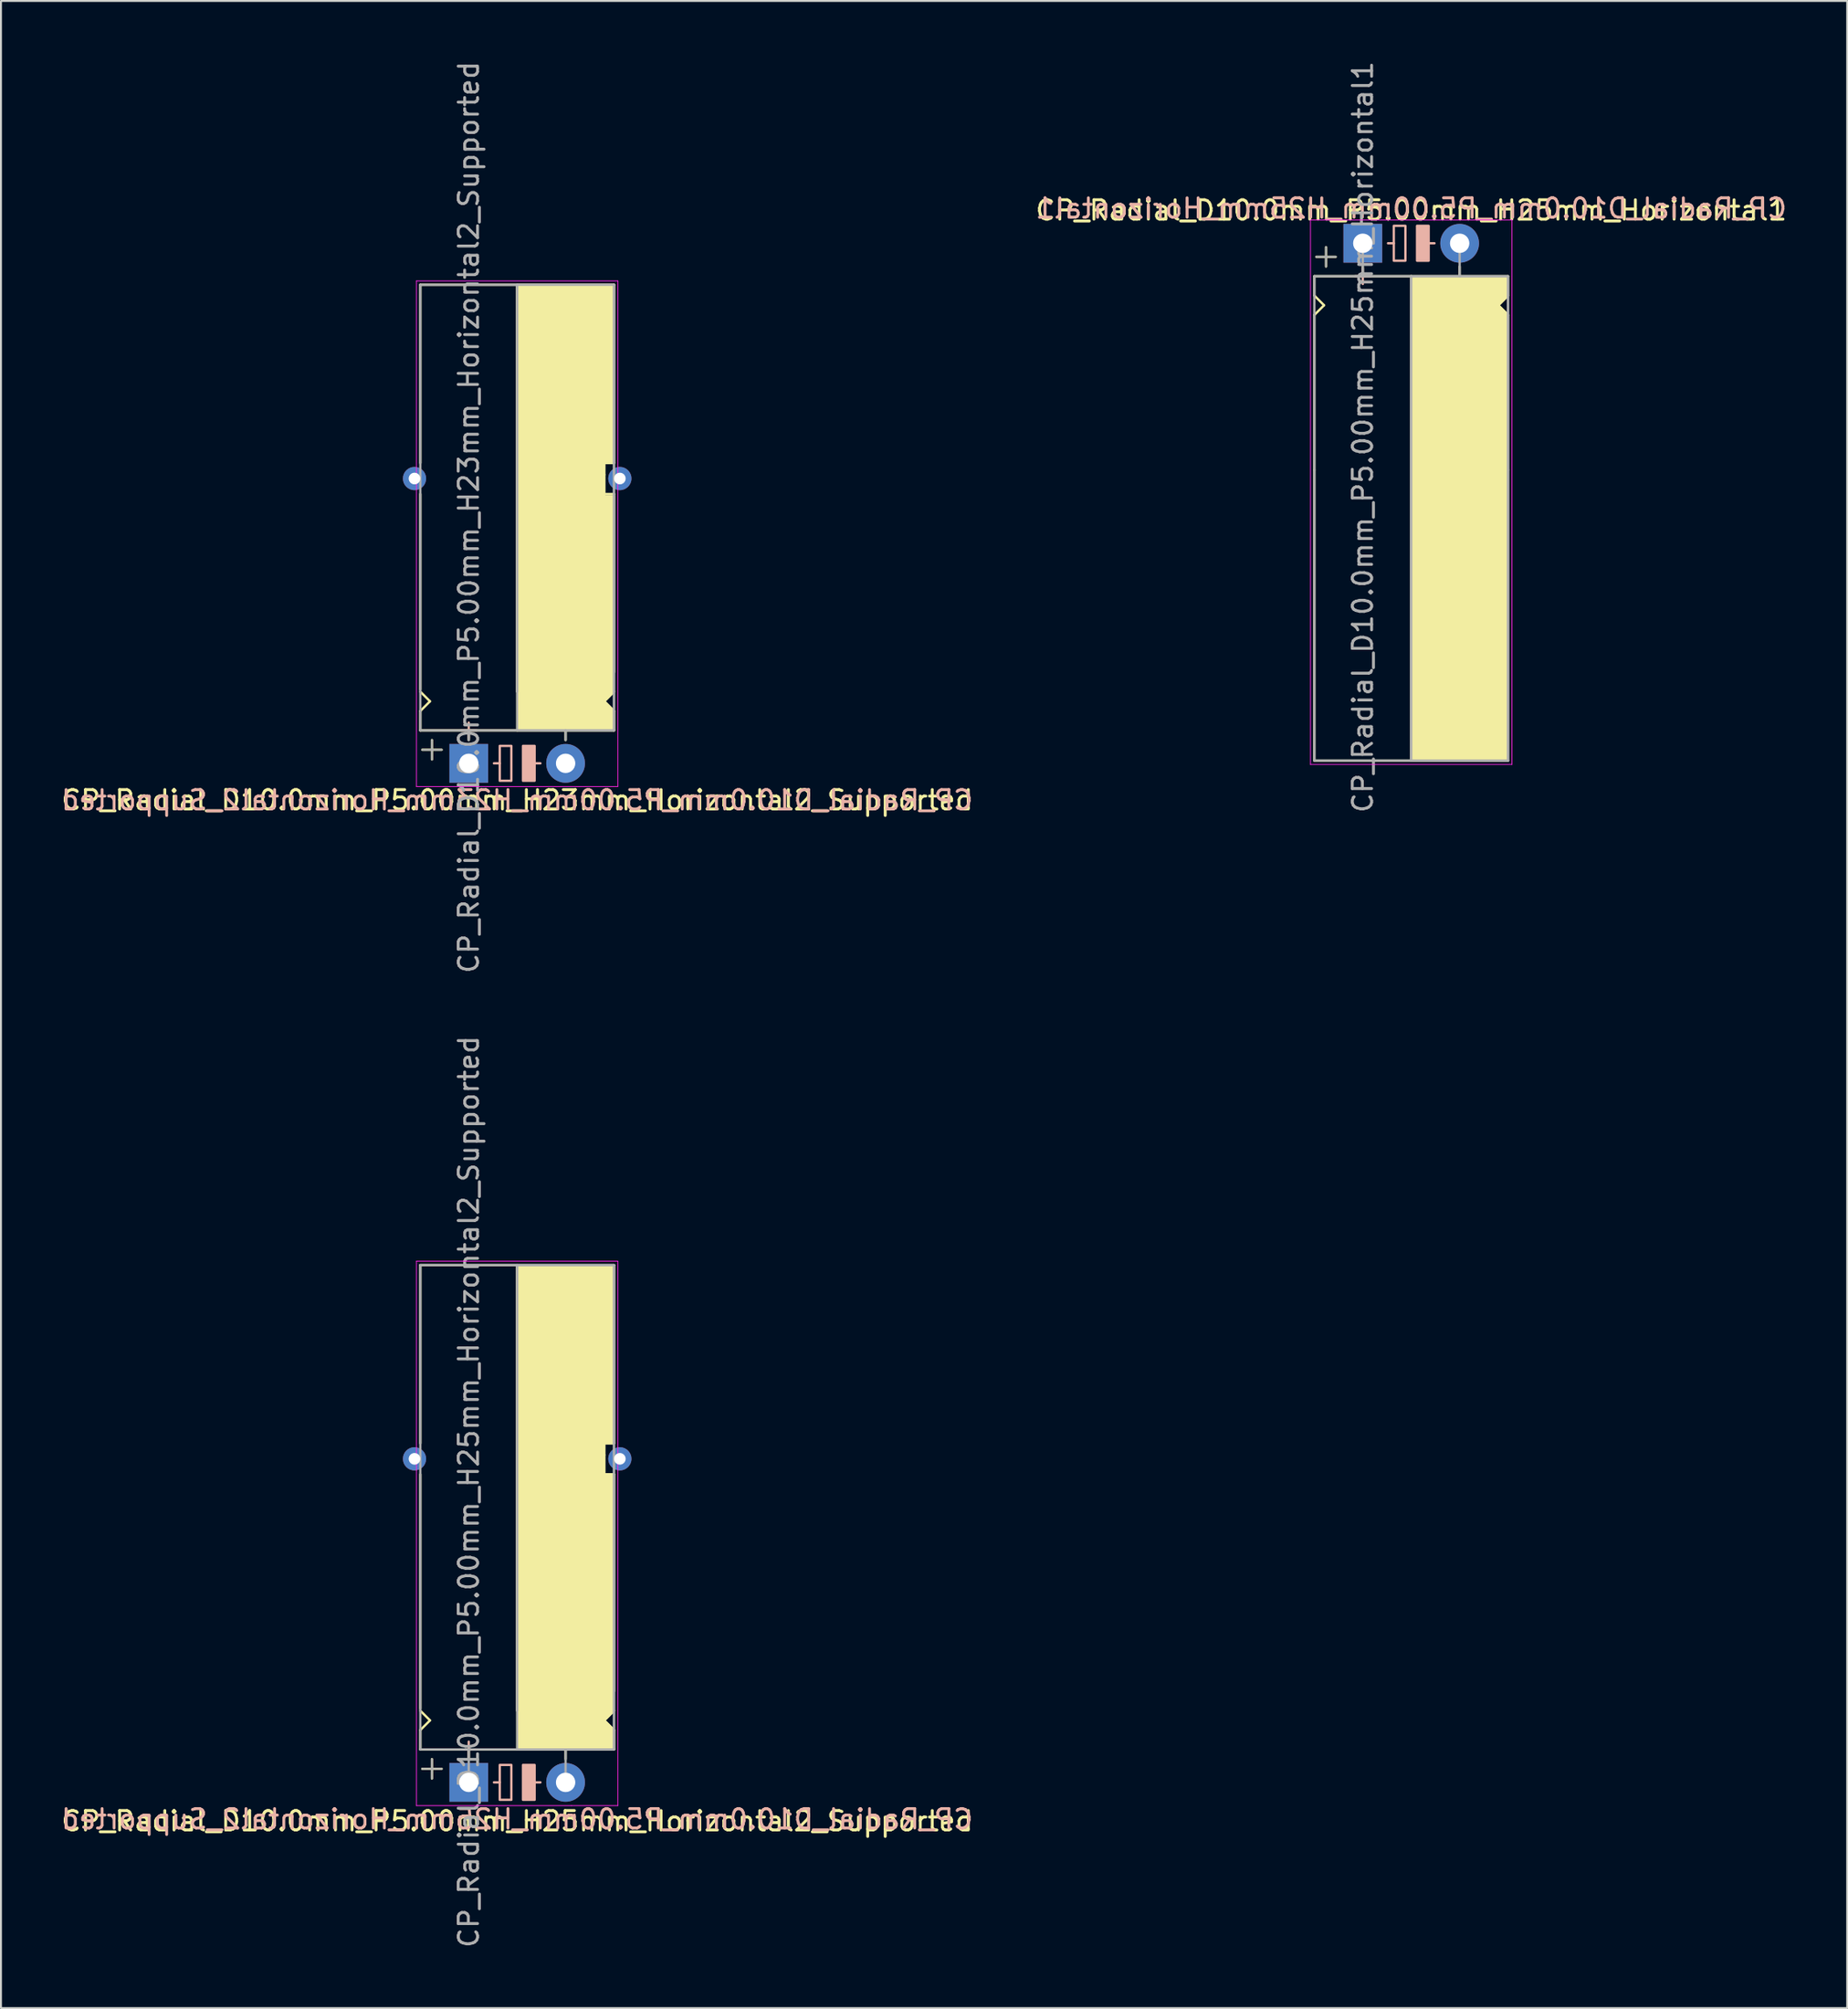
<source format=kicad_pcb>
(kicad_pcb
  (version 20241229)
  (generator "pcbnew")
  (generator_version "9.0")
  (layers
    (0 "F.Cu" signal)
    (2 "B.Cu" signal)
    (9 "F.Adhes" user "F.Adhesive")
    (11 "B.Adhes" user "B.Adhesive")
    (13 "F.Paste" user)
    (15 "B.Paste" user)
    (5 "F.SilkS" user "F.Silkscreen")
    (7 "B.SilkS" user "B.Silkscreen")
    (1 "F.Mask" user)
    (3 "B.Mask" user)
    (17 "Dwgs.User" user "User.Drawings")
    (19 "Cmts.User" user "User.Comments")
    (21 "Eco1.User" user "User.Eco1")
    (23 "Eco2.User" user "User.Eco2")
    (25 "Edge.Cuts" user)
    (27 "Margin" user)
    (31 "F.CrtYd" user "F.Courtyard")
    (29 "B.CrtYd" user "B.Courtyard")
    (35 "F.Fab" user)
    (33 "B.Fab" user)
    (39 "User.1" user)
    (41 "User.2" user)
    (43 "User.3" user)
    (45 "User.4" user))
  (footprint "CP_Radial_D10.0mm_P5.00mm_H23mm_Horizontal2_Supported"
    (layer "F.Cu")
    (at 21.149 36.349)
    (property "Reference" "CP_Radial_D10.0mm_P5.00mm_H23mm_Horizontal2_Supported" (at 2.5 1.9 180) (layer "F.SilkS") (effects (font (size 1 1) (thickness 0.15))))
    (fp_line (start -2.5 -24.7) (end 7.5 -24.7) (stroke (width 0.12) (type solid)) (layer "F.SilkS"))
    (fp_line (start -2.5 -15.5) (end -2.5 -24.7) (stroke (width 0.12) (type solid)) (layer "F.SilkS"))
    (fp_line (start -2.5 -3.8) (end -2.5 -13.9) (stroke (width 0.12) (type solid)) (layer "F.SilkS"))
    (fp_line (start -2.5 -2.7) (end -2 -3.2) (stroke (width 0.12) (type solid)) (layer "F.SilkS"))
    (fp_line (start -2.5 -1.7) (end -2.5 -2.7) (stroke (width 0.12) (type solid)) (layer "F.SilkS"))
    (fp_line (start -2 -3.2) (end -2.5 -3.7) (stroke (width 0.12) (type solid)) (layer "F.SilkS"))
    (fp_line (start -1.9 -1.2) (end -1.9 -0.2) (stroke (width 0.12) (type solid)) (layer "F.SilkS"))
    (fp_line (start -1.4 -0.7) (end -2.4 -0.7) (stroke (width 0.12) (type solid)) (layer "F.SilkS"))
    (fp_line (start 0 -1.7) (end 0 -1.2) (stroke (width 0.12) (type solid)) (layer "F.SilkS"))
    (fp_line (start 2.5 -24.7) (end 2.5 -3.7) (stroke (width 0.12) (type solid)) (layer "F.SilkS"))
    (fp_line (start 2.5 -1.7) (end -2.5 -1.7) (stroke (width 0.12) (type solid)) (layer "F.SilkS"))
    (fp_line (start 5 -1.7) (end 5 -1.2) (stroke (width 0.12) (type solid)) (layer "F.SilkS"))
    (fp_line (start 7 -15.5) (end 7 -14.9) (stroke (width 0.12) (type solid)) (layer "F.SilkS"))
    (fp_line (start 7 -14.9) (end 7 -13.9) (stroke (width 0.12) (type solid)) (layer "F.SilkS"))
    (fp_line (start 7 -13.9) (end 7.5 -13.9) (stroke (width 0.12) (type solid)) (layer "F.SilkS"))
    (fp_line (start 7 -3.2) (end 7.5 -3.7) (stroke (width 0.12) (type solid)) (layer "F.SilkS"))
    (fp_line (start 7.5 -15.5) (end 7 -15.5) (stroke (width 0.12) (type solid)) (layer "F.SilkS"))
    (fp_line (start 7.5 -15.5) (end 7.5 -24.7) (stroke (width 0.12) (type solid)) (layer "F.SilkS"))
    (fp_line (start 7.5 -4.7) (end 7.5 -13.9) (stroke (width 0.12) (type solid)) (layer "F.SilkS"))
    (fp_line (start 7.5 -2.7) (end 7 -3.2) (stroke (width 0.12) (type solid)) (layer "F.SilkS"))
    (fp_line (start 7.5 -1.7) (end 2.5 -1.7) (stroke (width 0.12) (type solid)) (layer "F.SilkS"))
    (fp_line (start 7.5 -1.7) (end 7.5 -2.7) (stroke (width 0.12) (type solid)) (layer "F.SilkS"))
    (fp_poly (pts (xy 7.5 -2.7) (xy 7 -3.2) (xy 7.5 -3.7) (xy 7.5 -13.8) (xy 7 -13.8) (xy 7 -15.5) (xy 7.5 -15.5) (xy 7.5 -24.7) (xy 2.5 -24.7) (xy 2.5 -1.7) (xy 7.5 -1.7)) (stroke (width 0.1) (type solid)) (fill yes) (layer "F.SilkS"))
    (fp_line (start 0 -2.1) (end 0 -1.3) (stroke (width 0.12) (type solid)) (layer "B.SilkS"))
    (fp_line (start 0.4 -1.7) (end -0.4 -1.7) (stroke (width 0.12) (type solid)) (layer "B.SilkS"))
    (fp_line (start 1.6 0) (end 1.3 0) (stroke (width 0.12) (type solid)) (layer "B.SilkS"))
    (fp_line (start 3.7 0) (end 3.4 0) (stroke (width 0.12) (type solid)) (layer "B.SilkS"))
    (fp_rect (start 2.2 -0.9) (end 1.6 0.9) (stroke (width 0.12) (type solid)) (fill no) (layer "B.SilkS"))
    (fp_rect (start 3.4 -0.9) (end 2.8 0.9) (stroke (width 0.12) (type solid)) (fill yes) (layer "B.SilkS"))
    (fp_line (start -2.7 -24.9) (end -2.7 1.2) (stroke (width 0.04) (type solid)) (layer "F.CrtYd"))
    (fp_line (start -2.7 1.2) (end -0.3 1.2) (stroke (width 0.04) (type solid)) (layer "F.CrtYd"))
    (fp_line (start 7.7 -24.9) (end -2.7 -24.9) (stroke (width 0.04) (type solid)) (layer "F.CrtYd"))
    (fp_line (start 7.7 1.2) (end -0.3 1.2) (stroke (width 0.04) (type solid)) (layer "F.CrtYd"))
    (fp_line (start 7.7 1.2) (end 7.7 -24.9) (stroke (width 0.04) (type solid)) (layer "F.CrtYd"))
    (fp_line (start -2.5 -24.7) (end 7.5 -24.7) (stroke (width 0.12) (type solid)) (layer "F.Fab"))
    (fp_line (start -2.5 -1.7) (end -2.5 -24.7) (stroke (width 0.12) (type solid)) (layer "F.Fab"))
    (fp_line (start -2.4 -0.7) (end -1.4 -0.7) (stroke (width 0.1) (type solid)) (layer "F.Fab"))
    (fp_line (start -1.9 -0.2) (end -1.9 -1.2) (stroke (width 0.1) (type solid)) (layer "F.Fab"))
    (fp_line (start 0 -1.7) (end 0 -1.2) (stroke (width 0.12) (type solid)) (layer "F.Fab"))
    (fp_line (start 2.5 -3.7) (end 2.5 -24.7) (stroke (width 0.12) (type solid)) (layer "F.Fab"))
    (fp_line (start 5 -1.7) (end 5 -1.2) (stroke (width 0.12) (type solid)) (layer "F.Fab"))
    (fp_line (start 7.5 -24.7) (end 7.5 -1.7) (stroke (width 0.12) (type solid)) (layer "F.Fab"))
    (fp_line (start 7.5 -1.7) (end -2.5 -1.7) (stroke (width 0.12) (type solid)) (layer "F.Fab"))
    (fp_poly (pts (xy 7.5 -24.7) (xy 2.5 -24.7) (xy 2.5 -1.7) (xy 7.5 -1.7)) (stroke (width 0.1) (type solid)) (fill no) (layer "F.Fab"))
    (fp_text user "${REFERENCE}" (at 2.5 1.9 0) (layer "B.SilkS") (effects (font (size 1 1) (thickness 0.15)) (justify mirror)))
    (fp_text user "${REFERENCE}" (at 0 -12.7 90) (layer "F.Fab") (effects (font (size 1 1) (thickness 0.15))))
    (pad "1" thru_hole rect (at 0 0) (size 2 2) (drill 1) (layers "*.Cu" "*.Mask"))
    (pad "2" thru_hole circle (at 5 0) (size 2 2) (drill 1) (layers "*.Cu" "*.Mask"))
    (pad "~" thru_hole circle (at -2.8 -14.7 180) (size 1.2 1.2) (drill 0.6) (layers "*.Cu" "*.Mask"))
    (pad "~" thru_hole circle (at 7.8 -14.7 180) (size 1.2 1.2) (drill 0.6) (layers "*.Cu" "*.Mask")))
  (footprint "CP_Radial_D10.0mm_P5.00mm_H25mm_Horizontal2_Supported"
    (layer "F.Cu")
    (at 21.149 88.946)
    (property "Reference" "CP_Radial_D10.0mm_P5.00mm_H25mm_Horizontal2_Supported" (at 2.5 2 0) (layer "F.SilkS") (effects (font (size 1 1) (thickness 0.15))))
    (fp_line (start -2.5 -26.7) (end 7.5 -26.7) (stroke (width 0.12) (type solid)) (layer "F.SilkS"))
    (fp_line (start -2.5 -17.5) (end -2.5 -26.7) (stroke (width 0.12) (type solid)) (layer "F.SilkS"))
    (fp_line (start -2.5 -3.8) (end -2.5 -15.9) (stroke (width 0.12) (type solid)) (layer "F.SilkS"))
    (fp_line (start -2.5 -2.7) (end -2 -3.2) (stroke (width 0.12) (type solid)) (layer "F.SilkS"))
    (fp_line (start -2.5 -1.7) (end -2.5 -2.7) (stroke (width 0.12) (type solid)) (layer "F.SilkS"))
    (fp_line (start -2 -3.2) (end -2.5 -3.7) (stroke (width 0.12) (type solid)) (layer "F.SilkS"))
    (fp_line (start -1.9 -1.2) (end -1.9 -0.2) (stroke (width 0.12) (type solid)) (layer "F.SilkS"))
    (fp_line (start -1.4 -0.7) (end -2.4 -0.7) (stroke (width 0.12) (type solid)) (layer "F.SilkS"))
    (fp_line (start 0 -1.7) (end 0 -1.2) (stroke (width 0.12) (type solid)) (layer "F.SilkS"))
    (fp_line (start 2.5 -26.7) (end 2.5 -3.7) (stroke (width 0.12) (type solid)) (layer "F.SilkS"))
    (fp_line (start 2.5 -1.7) (end -2.5 -1.7) (stroke (width 0.12) (type solid)) (layer "F.SilkS"))
    (fp_line (start 5 -1.7) (end 5 -1.2) (stroke (width 0.12) (type solid)) (layer "F.SilkS"))
    (fp_line (start 7 -17.5) (end 7 -16.9) (stroke (width 0.12) (type solid)) (layer "F.SilkS"))
    (fp_line (start 7 -16.9) (end 7 -15.9) (stroke (width 0.12) (type solid)) (layer "F.SilkS"))
    (fp_line (start 7 -15.9) (end 7.5 -15.9) (stroke (width 0.12) (type solid)) (layer "F.SilkS"))
    (fp_line (start 7 -3.2) (end 7.5 -3.7) (stroke (width 0.12) (type solid)) (layer "F.SilkS"))
    (fp_line (start 7.5 -17.5) (end 7 -17.5) (stroke (width 0.12) (type solid)) (layer "F.SilkS"))
    (fp_line (start 7.5 -17.5) (end 7.5 -26.7) (stroke (width 0.12) (type solid)) (layer "F.SilkS"))
    (fp_line (start 7.5 -4.7) (end 7.5 -15.9) (stroke (width 0.12) (type solid)) (layer "F.SilkS"))
    (fp_line (start 7.5 -2.7) (end 7 -3.2) (stroke (width 0.12) (type solid)) (layer "F.SilkS"))
    (fp_line (start 7.5 -1.7) (end 2.5 -1.7) (stroke (width 0.12) (type solid)) (layer "F.SilkS"))
    (fp_line (start 7.5 -1.7) (end 7.5 -2.7) (stroke (width 0.12) (type solid)) (layer "F.SilkS"))
    (fp_poly (pts (xy 7.5 -2.7) (xy 7 -3.2) (xy 7.5 -3.7) (xy 7.5 -15.9) (xy 7 -15.9) (xy 7 -17.5) (xy 7.5 -17.5) (xy 7.5 -26.7) (xy 2.5 -26.7) (xy 2.5 -1.7) (xy 7.5 -1.7)) (stroke (width 0.1) (type solid)) (fill yes) (layer "F.SilkS"))
    (fp_line (start 0 -2.1) (end 0 -1.3) (stroke (width 0.12) (type solid)) (layer "B.SilkS"))
    (fp_line (start 0.4 -1.7) (end -0.4 -1.7) (stroke (width 0.12) (type solid)) (layer "B.SilkS"))
    (fp_line (start 1.6 0) (end 1.3 0) (stroke (width 0.12) (type solid)) (layer "B.SilkS"))
    (fp_line (start 3.7 0) (end 3.4 0) (stroke (width 0.12) (type solid)) (layer "B.SilkS"))
    (fp_rect (start 2.2 -0.9) (end 1.6 0.9) (stroke (width 0.12) (type solid)) (fill no) (layer "B.SilkS"))
    (fp_rect (start 3.4 -0.9) (end 2.8 0.9) (stroke (width 0.12) (type solid)) (fill yes) (layer "B.SilkS"))
    (fp_line (start -2.7 -26.9) (end -2.7 1.2) (stroke (width 0.04) (type solid)) (layer "F.CrtYd"))
    (fp_line (start -2.7 1.2) (end 5.3 1.2) (stroke (width 0.04) (type solid)) (layer "F.CrtYd"))
    (fp_line (start 5.3 1.2) (end 7.7 1.2) (stroke (width 0.04) (type solid)) (layer "F.CrtYd"))
    (fp_line (start 7.7 -26.9) (end -2.7 -26.9) (stroke (width 0.04) (type solid)) (layer "F.CrtYd"))
    (fp_line (start 7.7 1.2) (end 7.7 -26.9) (stroke (width 0.04) (type solid)) (layer "F.CrtYd"))
    (fp_line (start -2.5 -26.7) (end 7.5 -26.7) (stroke (width 0.12) (type solid)) (layer "F.Fab"))
    (fp_line (start -2.5 -1.7) (end -2.5 -26.7) (stroke (width 0.12) (type solid)) (layer "F.Fab"))
    (fp_line (start -2.4 -0.7) (end -1.4 -0.7) (stroke (width 0.1) (type solid)) (layer "F.Fab"))
    (fp_line (start -1.9 -0.2) (end -1.9 -1.2) (stroke (width 0.1) (type solid)) (layer "F.Fab"))
    (fp_line (start 0 -1.7) (end 0 0) (stroke (width 0.12) (type solid)) (layer "F.Fab"))
    (fp_line (start 2.5 -3.7) (end 2.5 -26.7) (stroke (width 0.12) (type solid)) (layer "F.Fab"))
    (fp_line (start 5 -1.7) (end 5 0) (stroke (width 0.12) (type solid)) (layer "F.Fab"))
    (fp_line (start 7.5 -26.7) (end 7.5 -1.7) (stroke (width 0.12) (type solid)) (layer "F.Fab"))
    (fp_line (start 7.5 -1.7) (end -2.5 -1.7) (stroke (width 0.12) (type solid)) (layer "F.Fab"))
    (fp_poly (pts (xy 7.5 -26.7) (xy 2.5 -26.7) (xy 2.5 -1.7) (xy 7.5 -1.7)) (stroke (width 0.1) (type solid)) (fill no) (layer "F.Fab"))
    (fp_text user "${REFERENCE}" (at 2.5 1.9 0) (layer "B.SilkS") (effects (font (size 1 1) (thickness 0.15)) (justify mirror)))
    (fp_text user "${REFERENCE}" (at 0 -15 90) (layer "F.Fab") (effects (font (size 1 1) (thickness 0.15))))
    (pad "1" thru_hole rect (at 0 0) (size 2 2) (drill 1) (layers "*.Cu" "*.Mask"))
    (pad "2" thru_hole circle (at 5 0) (size 2 2) (drill 1) (layers "*.Cu" "*.Mask"))
    (pad "~" thru_hole circle (at -2.8 -16.7 180) (size 1.2 1.2) (drill 0.6) (layers "*.Cu" "*.Mask"))
    (pad "~" thru_hole circle (at 7.8 -16.7 180) (size 1.2 1.2) (drill 0.6) (layers "*.Cu" "*.Mask")))
  (footprint "CP_Radial_D10.0mm_P5.00mm_H25mm_Horizontal1"
    (layer "F.Cu")
    (at 67.304 9.506)
    (property "Reference" "CP_Radial_D10.0mm_P5.00mm_H25mm_Horizontal1" (at 2.5 -1.7 0) (layer "F.SilkS") (effects (font (size 1 1) (thickness 0.15))))
    (fp_line (start -2.5 1.7) (end -2.5 2.7) (stroke (width 0.12) (type solid)) (layer "F.SilkS"))
    (fp_line (start -2.5 2.7) (end -2 3.2) (stroke (width 0.12) (type solid)) (layer "F.SilkS"))
    (fp_line (start -2.5 3.7) (end -2.5 11.7) (stroke (width 0.12) (type solid)) (layer "F.SilkS"))
    (fp_line (start -2.5 11.7) (end -2.5 26.7) (stroke (width 0.12) (type solid)) (layer "F.SilkS"))
    (fp_line (start -2.5 26.7) (end 7.5 26.7) (stroke (width 0.12) (type solid)) (layer "F.SilkS"))
    (fp_line (start -2 3.2) (end -2.5 3.7) (stroke (width 0.12) (type solid)) (layer "F.SilkS"))
    (fp_line (start -1.9 0.2) (end -1.9 1.2) (stroke (width 0.12) (type solid)) (layer "F.SilkS"))
    (fp_line (start -1.4 0.7) (end -2.4 0.7) (stroke (width 0.12) (type solid)) (layer "F.SilkS"))
    (fp_line (start 0 1.7) (end 0 1.2) (stroke (width 0.12) (type solid)) (layer "F.SilkS"))
    (fp_line (start 2.5 1.7) (end -2.5 1.7) (stroke (width 0.12) (type solid)) (layer "F.SilkS"))
    (fp_line (start 2.5 26.7) (end 2.5 1.7) (stroke (width 0.12) (type solid)) (layer "F.SilkS"))
    (fp_line (start 5 1.7) (end 5 1.2) (stroke (width 0.12) (type solid)) (layer "F.SilkS"))
    (fp_line (start 7 3.2) (end 7.5 3.7) (stroke (width 0.12) (type solid)) (layer "F.SilkS"))
    (fp_line (start 7.5 1.7) (end 2.5 1.7) (stroke (width 0.12) (type solid)) (layer "F.SilkS"))
    (fp_line (start 7.5 1.7) (end 7.5 2.7) (stroke (width 0.12) (type solid)) (layer "F.SilkS"))
    (fp_line (start 7.5 2.7) (end 7 3.2) (stroke (width 0.12) (type solid)) (layer "F.SilkS"))
    (fp_line (start 7.5 3.7) (end 7.5 11.7) (stroke (width 0.12) (type solid)) (layer "F.SilkS"))
    (fp_line (start 7.5 11.7) (end 7.5 26.7) (stroke (width 0.12) (type solid)) (layer "F.SilkS"))
    (fp_poly (pts (xy 7.5 2.7) (xy 7 3.2) (xy 7.5 3.7) (xy 7.5 26.7) (xy 2.5 26.7) (xy 2.5 1.7) (xy 7.5 1.7)) (stroke (width 0.1) (type solid)) (fill yes) (layer "F.SilkS"))
    (fp_line (start 0 1.3) (end 0 2.1) (stroke (width 0.12) (type solid)) (layer "B.SilkS"))
    (fp_line (start 0.4 1.7) (end -0.4 1.7) (stroke (width 0.12) (type solid)) (layer "B.SilkS"))
    (fp_line (start 1.6 0) (end 1.3 0) (stroke (width 0.12) (type solid)) (layer "B.SilkS"))
    (fp_line (start 3.7 0) (end 3.4 0) (stroke (width 0.12) (type solid)) (layer "B.SilkS"))
    (fp_rect (start 2.2 -0.9) (end 1.6 0.9) (stroke (width 0.12) (type solid)) (fill no) (layer "B.SilkS"))
    (fp_rect (start 3.4 -0.9) (end 2.8 0.9) (stroke (width 0.12) (type solid)) (fill yes) (layer "B.SilkS"))
    (fp_line (start -2.7 -1.2) (end 5.3 -1.2) (stroke (width 0.04) (type solid)) (layer "F.CrtYd"))
    (fp_line (start -2.7 26.9) (end -2.7 -1.2) (stroke (width 0.04) (type solid)) (layer "F.CrtYd"))
    (fp_line (start 5.3 -1.2) (end 7.7 -1.2) (stroke (width 0.04) (type solid)) (layer "F.CrtYd"))
    (fp_line (start 7.7 -1.2) (end 7.7 26.9) (stroke (width 0.04) (type solid)) (layer "F.CrtYd"))
    (fp_line (start 7.7 26.9) (end -2.7 26.9) (stroke (width 0.04) (type solid)) (layer "F.CrtYd"))
    (fp_line (start -2.5 1.7) (end -2.5 26.7) (stroke (width 0.12) (type solid)) (layer "F.Fab"))
    (fp_line (start -2.5 26.7) (end 7.5 26.7) (stroke (width 0.12) (type solid)) (layer "F.Fab"))
    (fp_line (start -2.4 0.7) (end -1.4 0.7) (stroke (width 0.1) (type solid)) (layer "F.Fab"))
    (fp_line (start -1.9 1.2) (end -1.9 0.2) (stroke (width 0.1) (type solid)) (layer "F.Fab"))
    (fp_line (start 0 1.7) (end 0 0) (stroke (width 0.12) (type solid)) (layer "F.Fab"))
    (fp_line (start 2.5 1.7) (end 2.5 26.7) (stroke (width 0.12) (type solid)) (layer "F.Fab"))
    (fp_line (start 5 1.7) (end 5 0) (stroke (width 0.12) (type solid)) (layer "F.Fab"))
    (fp_line (start 7.5 1.7) (end -2.5 1.7) (stroke (width 0.12) (type solid)) (layer "F.Fab"))
    (fp_line (start 7.5 26.7) (end 7.5 1.7) (stroke (width 0.12) (type solid)) (layer "F.Fab"))
    (fp_poly (pts (xy 7.5 26.7) (xy 2.5 26.7) (xy 2.5 1.7) (xy 7.5 1.7)) (stroke (width 0.1) (type solid)) (fill no) (layer "F.Fab"))
    (fp_text user "${REFERENCE}" (at 2.5 -1.8 0) (layer "B.SilkS") (effects (font (size 1 1) (thickness 0.15)) (justify mirror)))
    (fp_text user "${REFERENCE}" (at 0 10 90) (layer "F.Fab") (effects (font (size 1 1) (thickness 0.15))))
    (pad "1" thru_hole rect (at 0 0) (size 2 2) (drill 1) (layers "*.Cu" "*.Mask"))
    (pad "2" thru_hole circle (at 5 0) (size 2 2) (drill 1) (layers "*.Cu" "*.Mask")))
  (gr_rect
    (start -3 -3)
    (end 92.31 100.595)
    (stroke (width 0.1) (type default))
    (fill no)
    (layer "Edge.Cuts")))
</source>
